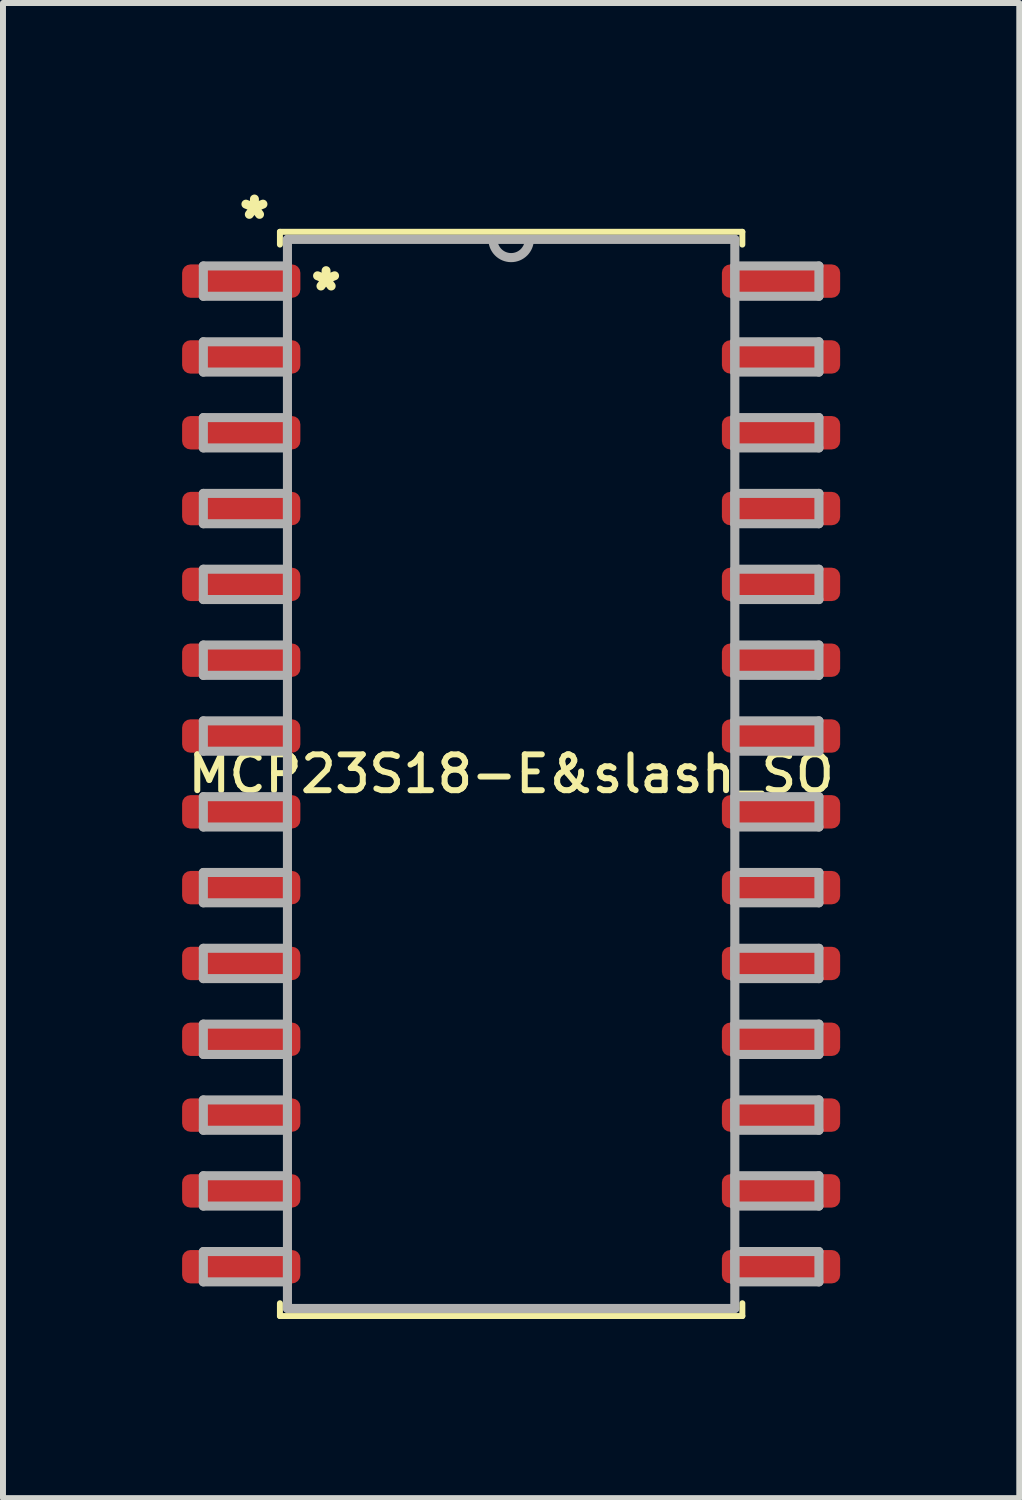
<source format=kicad_pcb>
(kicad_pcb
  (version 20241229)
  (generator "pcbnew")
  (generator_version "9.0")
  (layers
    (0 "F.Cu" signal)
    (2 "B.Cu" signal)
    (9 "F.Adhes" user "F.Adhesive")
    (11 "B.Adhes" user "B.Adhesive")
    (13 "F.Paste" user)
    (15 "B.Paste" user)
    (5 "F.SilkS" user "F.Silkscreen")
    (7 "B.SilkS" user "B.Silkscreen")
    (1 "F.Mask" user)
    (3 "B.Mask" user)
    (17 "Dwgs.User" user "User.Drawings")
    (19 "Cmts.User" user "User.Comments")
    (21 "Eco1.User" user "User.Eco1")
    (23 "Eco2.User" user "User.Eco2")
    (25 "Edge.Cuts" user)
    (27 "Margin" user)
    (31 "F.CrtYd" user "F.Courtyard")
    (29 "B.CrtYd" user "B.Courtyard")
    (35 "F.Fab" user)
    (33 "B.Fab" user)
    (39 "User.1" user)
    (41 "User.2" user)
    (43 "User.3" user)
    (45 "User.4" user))
  (footprint "MCP23S18-E&slash_SO"
    (layer "F.Cu")
    (at 5.512 9.914)
    (property "Reference" "MCP23S18-E&slash_SO" (at 0 0 0) (layer "F.SilkS") (effects (font (size 0.6 0.6) (thickness 0.1))))
    (attr smd)
    (fp_line (start -3.873 -9.081) (end -3.873 -8.867) (stroke (width 0.1) (type solid)) (layer "F.SilkS"))
    (fp_line (start -3.873 8.867) (end -3.873 9.081) (stroke (width 0.1) (type solid)) (layer "F.SilkS"))
    (fp_line (start -3.873 9.081) (end 3.873 9.081) (stroke (width 0.1) (type solid)) (layer "F.SilkS"))
    (fp_line (start 3.873 -9.081) (end -3.873 -9.081) (stroke (width 0.1) (type solid)) (layer "F.SilkS"))
    (fp_line (start 3.873 -8.867) (end 3.873 -9.081) (stroke (width 0.1) (type solid)) (layer "F.SilkS"))
    (fp_line (start 3.873 9.081) (end 3.873 8.867) (stroke (width 0.1) (type solid)) (layer "F.SilkS"))
    (fp_line (start -5.156 -8.509) (end -5.156 -8.001) (stroke (width 0.152) (type solid)) (layer "F.Fab"))
    (fp_line (start -5.156 -8.001) (end -3.747 -8.001) (stroke (width 0.152) (type solid)) (layer "F.Fab"))
    (fp_line (start -5.156 -7.239) (end -5.156 -6.731) (stroke (width 0.152) (type solid)) (layer "F.Fab"))
    (fp_line (start -5.156 -6.731) (end -3.747 -6.731) (stroke (width 0.152) (type solid)) (layer "F.Fab"))
    (fp_line (start -5.156 -5.969) (end -5.156 -5.461) (stroke (width 0.152) (type solid)) (layer "F.Fab"))
    (fp_line (start -5.156 -5.461) (end -3.747 -5.461) (stroke (width 0.152) (type solid)) (layer "F.Fab"))
    (fp_line (start -5.156 -4.699) (end -5.156 -4.191) (stroke (width 0.152) (type solid)) (layer "F.Fab"))
    (fp_line (start -5.156 -4.191) (end -3.747 -4.191) (stroke (width 0.152) (type solid)) (layer "F.Fab"))
    (fp_line (start -5.156 -3.429) (end -5.156 -2.921) (stroke (width 0.152) (type solid)) (layer "F.Fab"))
    (fp_line (start -5.156 -2.921) (end -3.747 -2.921) (stroke (width 0.152) (type solid)) (layer "F.Fab"))
    (fp_line (start -5.156 -2.159) (end -5.156 -1.651) (stroke (width 0.152) (type solid)) (layer "F.Fab"))
    (fp_line (start -5.156 -1.651) (end -3.747 -1.651) (stroke (width 0.152) (type solid)) (layer "F.Fab"))
    (fp_line (start -5.156 -0.889) (end -5.156 -0.381) (stroke (width 0.152) (type solid)) (layer "F.Fab"))
    (fp_line (start -5.156 -0.381) (end -3.747 -0.381) (stroke (width 0.152) (type solid)) (layer "F.Fab"))
    (fp_line (start -5.156 0.381) (end -5.156 0.889) (stroke (width 0.152) (type solid)) (layer "F.Fab"))
    (fp_line (start -5.156 0.889) (end -3.747 0.889) (stroke (width 0.152) (type solid)) (layer "F.Fab"))
    (fp_line (start -5.156 1.651) (end -5.156 2.159) (stroke (width 0.152) (type solid)) (layer "F.Fab"))
    (fp_line (start -5.156 2.159) (end -3.747 2.159) (stroke (width 0.152) (type solid)) (layer "F.Fab"))
    (fp_line (start -5.156 2.921) (end -5.156 3.429) (stroke (width 0.152) (type solid)) (layer "F.Fab"))
    (fp_line (start -5.156 3.429) (end -3.747 3.429) (stroke (width 0.152) (type solid)) (layer "F.Fab"))
    (fp_line (start -5.156 4.191) (end -5.156 4.699) (stroke (width 0.152) (type solid)) (layer "F.Fab"))
    (fp_line (start -5.156 4.699) (end -3.747 4.699) (stroke (width 0.152) (type solid)) (layer "F.Fab"))
    (fp_line (start -5.156 5.461) (end -5.156 5.969) (stroke (width 0.152) (type solid)) (layer "F.Fab"))
    (fp_line (start -5.156 5.969) (end -3.747 5.969) (stroke (width 0.152) (type solid)) (layer "F.Fab"))
    (fp_line (start -5.156 6.731) (end -5.156 7.239) (stroke (width 0.152) (type solid)) (layer "F.Fab"))
    (fp_line (start -5.156 7.239) (end -3.747 7.239) (stroke (width 0.152) (type solid)) (layer "F.Fab"))
    (fp_line (start -5.156 8.001) (end -5.156 8.509) (stroke (width 0.152) (type solid)) (layer "F.Fab"))
    (fp_line (start -5.156 8.509) (end -3.747 8.509) (stroke (width 0.152) (type solid)) (layer "F.Fab"))
    (fp_line (start -3.747 -8.954) (end -3.747 8.954) (stroke (width 0.152) (type solid)) (layer "F.Fab"))
    (fp_line (start -3.747 -8.509) (end -5.156 -8.509) (stroke (width 0.152) (type solid)) (layer "F.Fab"))
    (fp_line (start -3.747 -8.001) (end -3.747 -8.509) (stroke (width 0.152) (type solid)) (layer "F.Fab"))
    (fp_line (start -3.747 -7.239) (end -5.156 -7.239) (stroke (width 0.152) (type solid)) (layer "F.Fab"))
    (fp_line (start -3.747 -6.731) (end -3.747 -7.239) (stroke (width 0.152) (type solid)) (layer "F.Fab"))
    (fp_line (start -3.747 -5.969) (end -5.156 -5.969) (stroke (width 0.152) (type solid)) (layer "F.Fab"))
    (fp_line (start -3.747 -5.461) (end -3.747 -5.969) (stroke (width 0.152) (type solid)) (layer "F.Fab"))
    (fp_line (start -3.747 -4.699) (end -5.156 -4.699) (stroke (width 0.152) (type solid)) (layer "F.Fab"))
    (fp_line (start -3.747 -4.191) (end -3.747 -4.699) (stroke (width 0.152) (type solid)) (layer "F.Fab"))
    (fp_line (start -3.747 -3.429) (end -5.156 -3.429) (stroke (width 0.152) (type solid)) (layer "F.Fab"))
    (fp_line (start -3.747 -2.921) (end -3.747 -3.429) (stroke (width 0.152) (type solid)) (layer "F.Fab"))
    (fp_line (start -3.747 -2.159) (end -5.156 -2.159) (stroke (width 0.152) (type solid)) (layer "F.Fab"))
    (fp_line (start -3.747 -1.651) (end -3.747 -2.159) (stroke (width 0.152) (type solid)) (layer "F.Fab"))
    (fp_line (start -3.747 -0.889) (end -5.156 -0.889) (stroke (width 0.152) (type solid)) (layer "F.Fab"))
    (fp_line (start -3.747 -0.381) (end -3.747 -0.889) (stroke (width 0.152) (type solid)) (layer "F.Fab"))
    (fp_line (start -3.747 0.381) (end -5.156 0.381) (stroke (width 0.152) (type solid)) (layer "F.Fab"))
    (fp_line (start -3.747 0.889) (end -3.747 0.381) (stroke (width 0.152) (type solid)) (layer "F.Fab"))
    (fp_line (start -3.747 1.651) (end -5.156 1.651) (stroke (width 0.152) (type solid)) (layer "F.Fab"))
    (fp_line (start -3.747 2.159) (end -3.747 1.651) (stroke (width 0.152) (type solid)) (layer "F.Fab"))
    (fp_line (start -3.747 2.921) (end -5.156 2.921) (stroke (width 0.152) (type solid)) (layer "F.Fab"))
    (fp_line (start -3.747 3.429) (end -3.747 2.921) (stroke (width 0.152) (type solid)) (layer "F.Fab"))
    (fp_line (start -3.747 4.191) (end -5.156 4.191) (stroke (width 0.152) (type solid)) (layer "F.Fab"))
    (fp_line (start -3.747 4.699) (end -3.747 4.191) (stroke (width 0.152) (type solid)) (layer "F.Fab"))
    (fp_line (start -3.747 5.461) (end -5.156 5.461) (stroke (width 0.152) (type solid)) (layer "F.Fab"))
    (fp_line (start -3.747 5.969) (end -3.747 5.461) (stroke (width 0.152) (type solid)) (layer "F.Fab"))
    (fp_line (start -3.747 6.731) (end -5.156 6.731) (stroke (width 0.152) (type solid)) (layer "F.Fab"))
    (fp_line (start -3.747 7.239) (end -3.747 6.731) (stroke (width 0.152) (type solid)) (layer "F.Fab"))
    (fp_line (start -3.747 8.001) (end -5.156 8.001) (stroke (width 0.152) (type solid)) (layer "F.Fab"))
    (fp_line (start -3.747 8.509) (end -3.747 8.001) (stroke (width 0.152) (type solid)) (layer "F.Fab"))
    (fp_line (start -3.747 8.954) (end 3.747 8.954) (stroke (width 0.152) (type solid)) (layer "F.Fab"))
    (fp_line (start 3.747 -8.954) (end -3.747 -8.954) (stroke (width 0.152) (type solid)) (layer "F.Fab"))
    (fp_line (start 3.747 -8.509) (end 3.747 -8.001) (stroke (width 0.152) (type solid)) (layer "F.Fab"))
    (fp_line (start 3.747 -8.001) (end 5.156 -8.001) (stroke (width 0.152) (type solid)) (layer "F.Fab"))
    (fp_line (start 3.747 -7.239) (end 3.747 -6.731) (stroke (width 0.152) (type solid)) (layer "F.Fab"))
    (fp_line (start 3.747 -6.731) (end 5.156 -6.731) (stroke (width 0.152) (type solid)) (layer "F.Fab"))
    (fp_line (start 3.747 -5.969) (end 3.747 -5.461) (stroke (width 0.152) (type solid)) (layer "F.Fab"))
    (fp_line (start 3.747 -5.461) (end 5.156 -5.461) (stroke (width 0.152) (type solid)) (layer "F.Fab"))
    (fp_line (start 3.747 -4.699) (end 3.747 -4.191) (stroke (width 0.152) (type solid)) (layer "F.Fab"))
    (fp_line (start 3.747 -4.191) (end 5.156 -4.191) (stroke (width 0.152) (type solid)) (layer "F.Fab"))
    (fp_line (start 3.747 -3.429) (end 3.747 -2.921) (stroke (width 0.152) (type solid)) (layer "F.Fab"))
    (fp_line (start 3.747 -2.921) (end 5.156 -2.921) (stroke (width 0.152) (type solid)) (layer "F.Fab"))
    (fp_line (start 3.747 -2.159) (end 3.747 -1.651) (stroke (width 0.152) (type solid)) (layer "F.Fab"))
    (fp_line (start 3.747 -1.651) (end 5.156 -1.651) (stroke (width 0.152) (type solid)) (layer "F.Fab"))
    (fp_line (start 3.747 -0.889) (end 3.747 -0.381) (stroke (width 0.152) (type solid)) (layer "F.Fab"))
    (fp_line (start 3.747 -0.381) (end 5.156 -0.381) (stroke (width 0.152) (type solid)) (layer "F.Fab"))
    (fp_line (start 3.747 0.381) (end 3.747 0.889) (stroke (width 0.152) (type solid)) (layer "F.Fab"))
    (fp_line (start 3.747 0.889) (end 5.156 0.889) (stroke (width 0.152) (type solid)) (layer "F.Fab"))
    (fp_line (start 3.747 1.651) (end 3.747 2.159) (stroke (width 0.152) (type solid)) (layer "F.Fab"))
    (fp_line (start 3.747 2.159) (end 5.156 2.159) (stroke (width 0.152) (type solid)) (layer "F.Fab"))
    (fp_line (start 3.747 2.921) (end 3.747 3.429) (stroke (width 0.152) (type solid)) (layer "F.Fab"))
    (fp_line (start 3.747 3.429) (end 5.156 3.429) (stroke (width 0.152) (type solid)) (layer "F.Fab"))
    (fp_line (start 3.747 4.191) (end 3.747 4.699) (stroke (width 0.152) (type solid)) (layer "F.Fab"))
    (fp_line (start 3.747 4.699) (end 5.156 4.699) (stroke (width 0.152) (type solid)) (layer "F.Fab"))
    (fp_line (start 3.747 5.461) (end 3.747 5.969) (stroke (width 0.152) (type solid)) (layer "F.Fab"))
    (fp_line (start 3.747 5.969) (end 5.156 5.969) (stroke (width 0.152) (type solid)) (layer "F.Fab"))
    (fp_line (start 3.747 6.731) (end 3.747 7.239) (stroke (width 0.152) (type solid)) (layer "F.Fab"))
    (fp_line (start 3.747 7.239) (end 5.156 7.239) (stroke (width 0.152) (type solid)) (layer "F.Fab"))
    (fp_line (start 3.747 8.001) (end 3.747 8.509) (stroke (width 0.152) (type solid)) (layer "F.Fab"))
    (fp_line (start 3.747 8.509) (end 5.156 8.509) (stroke (width 0.152) (type solid)) (layer "F.Fab"))
    (fp_line (start 3.747 8.954) (end 3.747 -8.954) (stroke (width 0.152) (type solid)) (layer "F.Fab"))
    (fp_line (start 5.156 -8.509) (end 3.747 -8.509) (stroke (width 0.152) (type solid)) (layer "F.Fab"))
    (fp_line (start 5.156 -8.001) (end 5.156 -8.509) (stroke (width 0.152) (type solid)) (layer "F.Fab"))
    (fp_line (start 5.156 -7.239) (end 3.747 -7.239) (stroke (width 0.152) (type solid)) (layer "F.Fab"))
    (fp_line (start 5.156 -6.731) (end 5.156 -7.239) (stroke (width 0.152) (type solid)) (layer "F.Fab"))
    (fp_line (start 5.156 -5.969) (end 3.747 -5.969) (stroke (width 0.152) (type solid)) (layer "F.Fab"))
    (fp_line (start 5.156 -5.461) (end 5.156 -5.969) (stroke (width 0.152) (type solid)) (layer "F.Fab"))
    (fp_line (start 5.156 -4.699) (end 3.747 -4.699) (stroke (width 0.152) (type solid)) (layer "F.Fab"))
    (fp_line (start 5.156 -4.191) (end 5.156 -4.699) (stroke (width 0.152) (type solid)) (layer "F.Fab"))
    (fp_line (start 5.156 -3.429) (end 3.747 -3.429) (stroke (width 0.152) (type solid)) (layer "F.Fab"))
    (fp_line (start 5.156 -2.921) (end 5.156 -3.429) (stroke (width 0.152) (type solid)) (layer "F.Fab"))
    (fp_line (start 5.156 -2.159) (end 3.747 -2.159) (stroke (width 0.152) (type solid)) (layer "F.Fab"))
    (fp_line (start 5.156 -1.651) (end 5.156 -2.159) (stroke (width 0.152) (type solid)) (layer "F.Fab"))
    (fp_line (start 5.156 -0.889) (end 3.747 -0.889) (stroke (width 0.152) (type solid)) (layer "F.Fab"))
    (fp_line (start 5.156 -0.381) (end 5.156 -0.889) (stroke (width 0.152) (type solid)) (layer "F.Fab"))
    (fp_line (start 5.156 0.381) (end 3.747 0.381) (stroke (width 0.152) (type solid)) (layer "F.Fab"))
    (fp_line (start 5.156 0.889) (end 5.156 0.381) (stroke (width 0.152) (type solid)) (layer "F.Fab"))
    (fp_line (start 5.156 1.651) (end 3.747 1.651) (stroke (width 0.152) (type solid)) (layer "F.Fab"))
    (fp_line (start 5.156 2.159) (end 5.156 1.651) (stroke (width 0.152) (type solid)) (layer "F.Fab"))
    (fp_line (start 5.156 2.921) (end 3.747 2.921) (stroke (width 0.152) (type solid)) (layer "F.Fab"))
    (fp_line (start 5.156 3.429) (end 5.156 2.921) (stroke (width 0.152) (type solid)) (layer "F.Fab"))
    (fp_line (start 5.156 4.191) (end 3.747 4.191) (stroke (width 0.152) (type solid)) (layer "F.Fab"))
    (fp_line (start 5.156 4.699) (end 5.156 4.191) (stroke (width 0.152) (type solid)) (layer "F.Fab"))
    (fp_line (start 5.156 5.461) (end 3.747 5.461) (stroke (width 0.152) (type solid)) (layer "F.Fab"))
    (fp_line (start 5.156 5.969) (end 5.156 5.461) (stroke (width 0.152) (type solid)) (layer "F.Fab"))
    (fp_line (start 5.156 6.731) (end 3.747 6.731) (stroke (width 0.152) (type solid)) (layer "F.Fab"))
    (fp_line (start 5.156 7.239) (end 5.156 6.731) (stroke (width 0.152) (type solid)) (layer "F.Fab"))
    (fp_line (start 5.156 8.001) (end 3.747 8.001) (stroke (width 0.152) (type solid)) (layer "F.Fab"))
    (fp_line (start 5.156 8.509) (end 5.156 8.001) (stroke (width 0.152) (type solid)) (layer "F.Fab"))
    (fp_arc (start 0.3048 -8.9535) (mid 0 -8.6487) (end -0.3048 -8.9535) (stroke (width 0.1524) (type solid)) (layer "F.Fab"))
    (fp_text user "*" (at -4.3 -9.3 0) (layer "F.SilkS") (effects (font (size 0.6 0.6) (thickness 0.15))))
    (fp_text user "*" (at -3.1 -8.1 0) (layer "F.SilkS") (effects (font (size 0.6 0.6) (thickness 0.15))))
    (pad "1" smd roundrect (at -4.521 -8.255) (size 1.981 0.559) (layers "F.Cu" "F.Mask" "F.Paste") (roundrect_rratio 0.25))
    (pad "2" smd roundrect (at -4.521 -6.985) (size 1.981 0.559) (layers "F.Cu" "F.Mask" "F.Paste") (roundrect_rratio 0.25))
    (pad "3" smd roundrect (at -4.521 -5.715) (size 1.981 0.559) (layers "F.Cu" "F.Mask" "F.Paste") (roundrect_rratio 0.25))
    (pad "4" smd roundrect (at -4.521 -4.445) (size 1.981 0.559) (layers "F.Cu" "F.Mask" "F.Paste") (roundrect_rratio 0.25))
    (pad "5" smd roundrect (at -4.521 -3.175) (size 1.981 0.559) (layers "F.Cu" "F.Mask" "F.Paste") (roundrect_rratio 0.25))
    (pad "6" smd roundrect (at -4.521 -1.905) (size 1.981 0.559) (layers "F.Cu" "F.Mask" "F.Paste") (roundrect_rratio 0.25))
    (pad "7" smd roundrect (at -4.521 -0.635) (size 1.981 0.559) (layers "F.Cu" "F.Mask" "F.Paste") (roundrect_rratio 0.25))
    (pad "8" smd roundrect (at -4.521 0.635) (size 1.981 0.559) (layers "F.Cu" "F.Mask" "F.Paste") (roundrect_rratio 0.25))
    (pad "9" smd roundrect (at -4.521 1.905) (size 1.981 0.559) (layers "F.Cu" "F.Mask" "F.Paste") (roundrect_rratio 0.25))
    (pad "10" smd roundrect (at -4.521 3.175) (size 1.981 0.559) (layers "F.Cu" "F.Mask" "F.Paste") (roundrect_rratio 0.25))
    (pad "11" smd roundrect (at -4.521 4.445) (size 1.981 0.559) (layers "F.Cu" "F.Mask" "F.Paste") (roundrect_rratio 0.25))
    (pad "12" smd roundrect (at -4.521 5.715) (size 1.981 0.559) (layers "F.Cu" "F.Mask" "F.Paste") (roundrect_rratio 0.25))
    (pad "13" smd roundrect (at -4.521 6.985) (size 1.981 0.559) (layers "F.Cu" "F.Mask" "F.Paste") (roundrect_rratio 0.25))
    (pad "14" smd roundrect (at -4.521 8.255) (size 1.981 0.559) (layers "F.Cu" "F.Mask" "F.Paste") (roundrect_rratio 0.25))
    (pad "15" smd roundrect (at 4.521 8.255) (size 1.981 0.559) (layers "F.Cu" "F.Mask" "F.Paste") (roundrect_rratio 0.25))
    (pad "16" smd roundrect (at 4.521 6.985) (size 1.981 0.559) (layers "F.Cu" "F.Mask" "F.Paste") (roundrect_rratio 0.25))
    (pad "17" smd roundrect (at 4.521 5.715) (size 1.981 0.559) (layers "F.Cu" "F.Mask" "F.Paste") (roundrect_rratio 0.25))
    (pad "18" smd roundrect (at 4.521 4.445) (size 1.981 0.559) (layers "F.Cu" "F.Mask" "F.Paste") (roundrect_rratio 0.25))
    (pad "19" smd roundrect (at 4.521 3.175) (size 1.981 0.559) (layers "F.Cu" "F.Mask" "F.Paste") (roundrect_rratio 0.25))
    (pad "20" smd roundrect (at 4.521 1.905) (size 1.981 0.559) (layers "F.Cu" "F.Mask" "F.Paste") (roundrect_rratio 0.25))
    (pad "21" smd roundrect (at 4.521 0.635) (size 1.981 0.559) (layers "F.Cu" "F.Mask" "F.Paste") (roundrect_rratio 0.25))
    (pad "22" smd roundrect (at 4.521 -0.635) (size 1.981 0.559) (layers "F.Cu" "F.Mask" "F.Paste") (roundrect_rratio 0.25))
    (pad "23" smd roundrect (at 4.521 -1.905) (size 1.981 0.559) (layers "F.Cu" "F.Mask" "F.Paste") (roundrect_rratio 0.25))
    (pad "24" smd roundrect (at 4.521 -3.175) (size 1.981 0.559) (layers "F.Cu" "F.Mask" "F.Paste") (roundrect_rratio 0.25))
    (pad "25" smd roundrect (at 4.521 -4.445) (size 1.981 0.559) (layers "F.Cu" "F.Mask" "F.Paste") (roundrect_rratio 0.25))
    (pad "26" smd roundrect (at 4.521 -5.715) (size 1.981 0.559) (layers "F.Cu" "F.Mask" "F.Paste") (roundrect_rratio 0.25))
    (pad "27" smd roundrect (at 4.521 -6.985) (size 1.981 0.559) (layers "F.Cu" "F.Mask" "F.Paste") (roundrect_rratio 0.25))
    (pad "28" smd roundrect (at 4.521 -8.255) (size 1.981 0.559) (layers "F.Cu" "F.Mask" "F.Paste") (roundrect_rratio 0.25)))
  (gr_rect
    (start -3 -3)
    (end 14.024 22.045)
    (stroke (width 0.1) (type default))
    (fill no)
    (layer "Edge.Cuts")))
</source>
